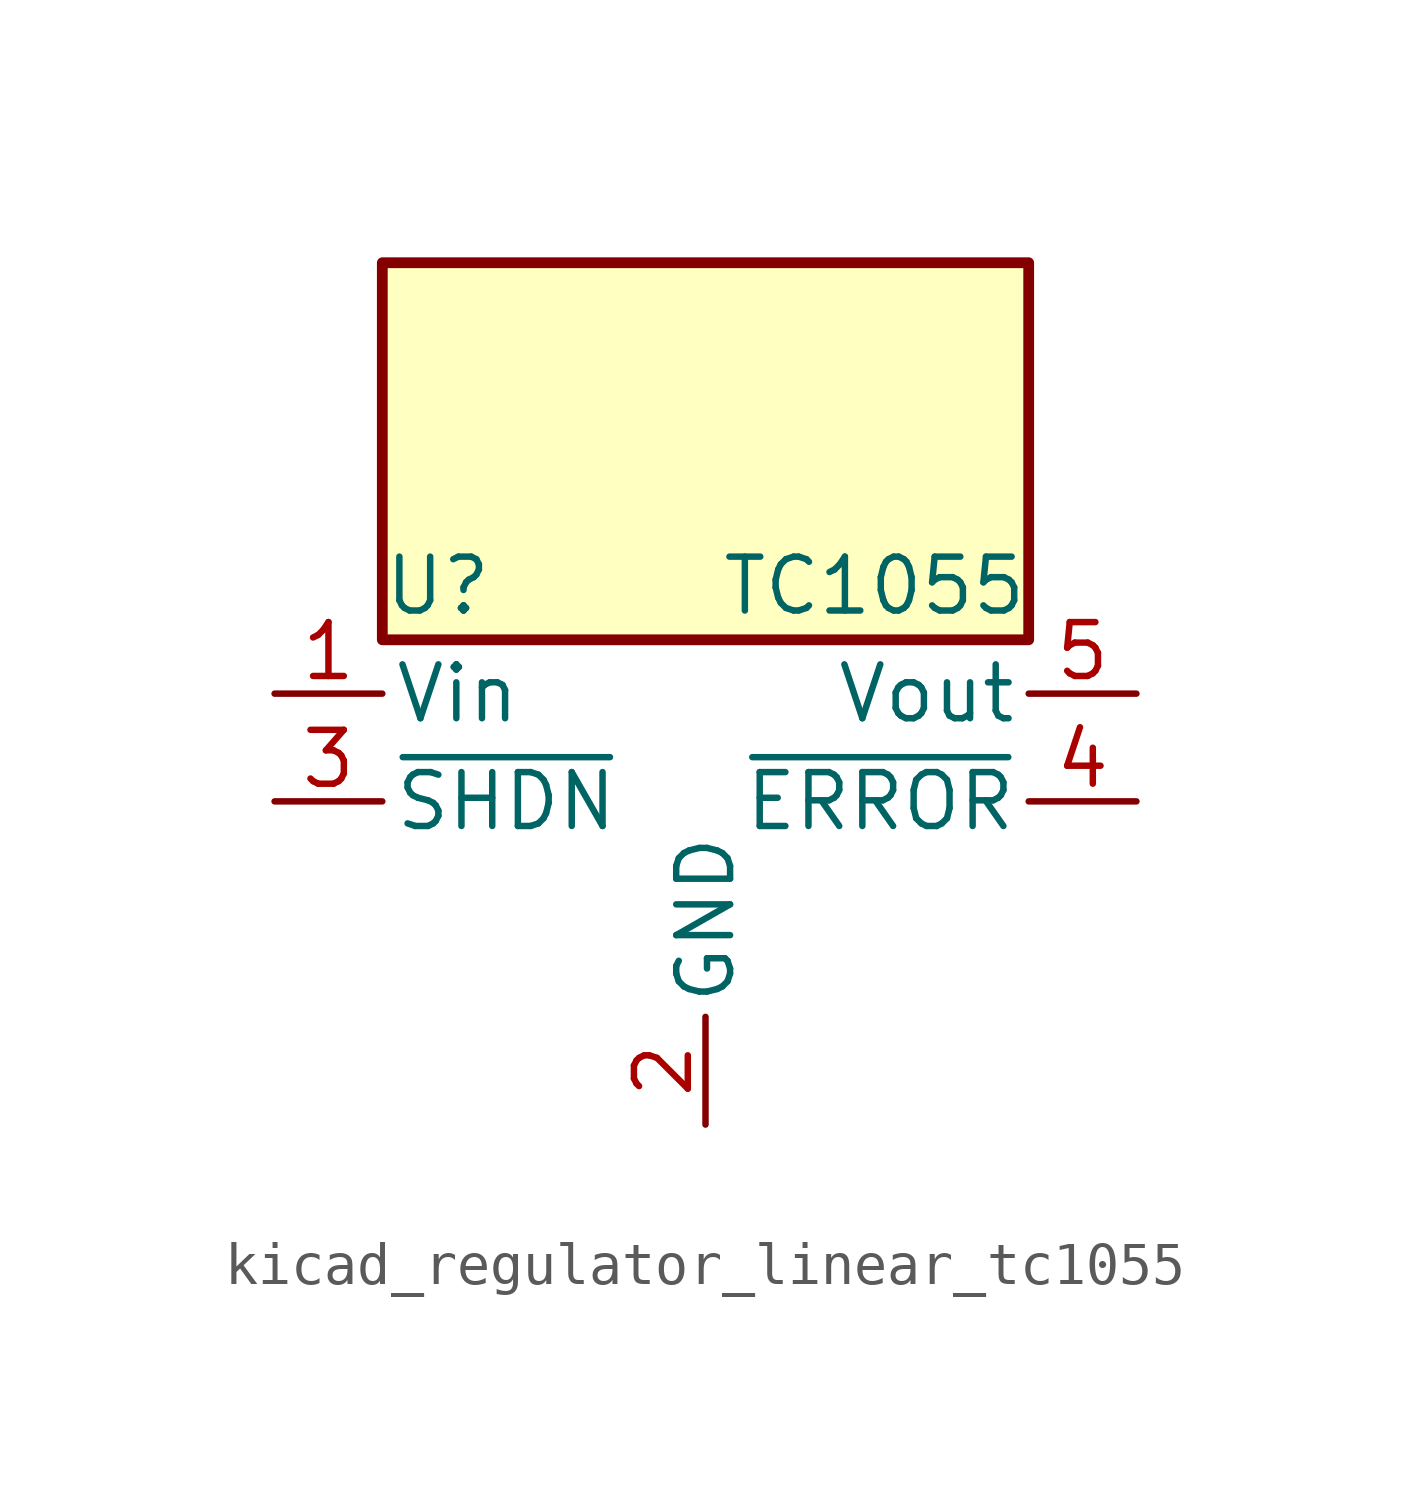
<source format=kicad_sym>
(kicad_symbol_lib
  (version 20220914)
  (generator kicad_symbol_editor)
  (symbol "kicad_regulator_linear_tc1055"
    (pin_names
      (offset 0.254))
    (property "Reference" "U"
      (at -7.62 5.08 0)
      (effects (font (size 1.27 1.27)) (justify left)))
    (property "Value" "TC1055"
      (at 7.62 5.08 0)
      (effects (font (size 1.27 1.27)) (justify right)))
    (symbol "kicad_regulator_linear_tc1055_0_1"
      (rectangle (start 7.62 12.7) (end -7.62 3.81) (stroke (width 0.254) (type default)) (fill (type background))))
    (symbol "kicad_regulator_linear_tc1055_1_1"
      (pin power_in line (at -10.16 2.54 0) (length 2.54) (name "Vin" (effects (font (size 1.27 1.27)))) (number "1" (effects (font (size 1.27 1.27)))))
      (pin power_in line (at 0 -7.62 90) (length 2.54) (name "GND" (effects (font (size 1.27 1.27)))) (number "2" (effects (font (size 1.27 1.27)))))
      (pin input line (at -10.16 0 0) (length 2.54) (name "~{SHDN}" (effects (font (size 1.27 1.27)))) (number "3" (effects (font (size 1.27 1.27)))))
      (pin open_collector line (at 10.16 0 180) (length 2.54) (name "~{ERROR}" (effects (font (size 1.27 1.27)))) (number "4" (effects (font (size 1.27 1.27)))))
      (pin power_out line (at 10.16 2.54 180) (length 2.54) (name "Vout" (effects (font (size 1.27 1.27)))) (number "5" (effects (font (size 1.27 1.27))))))))
</source>
